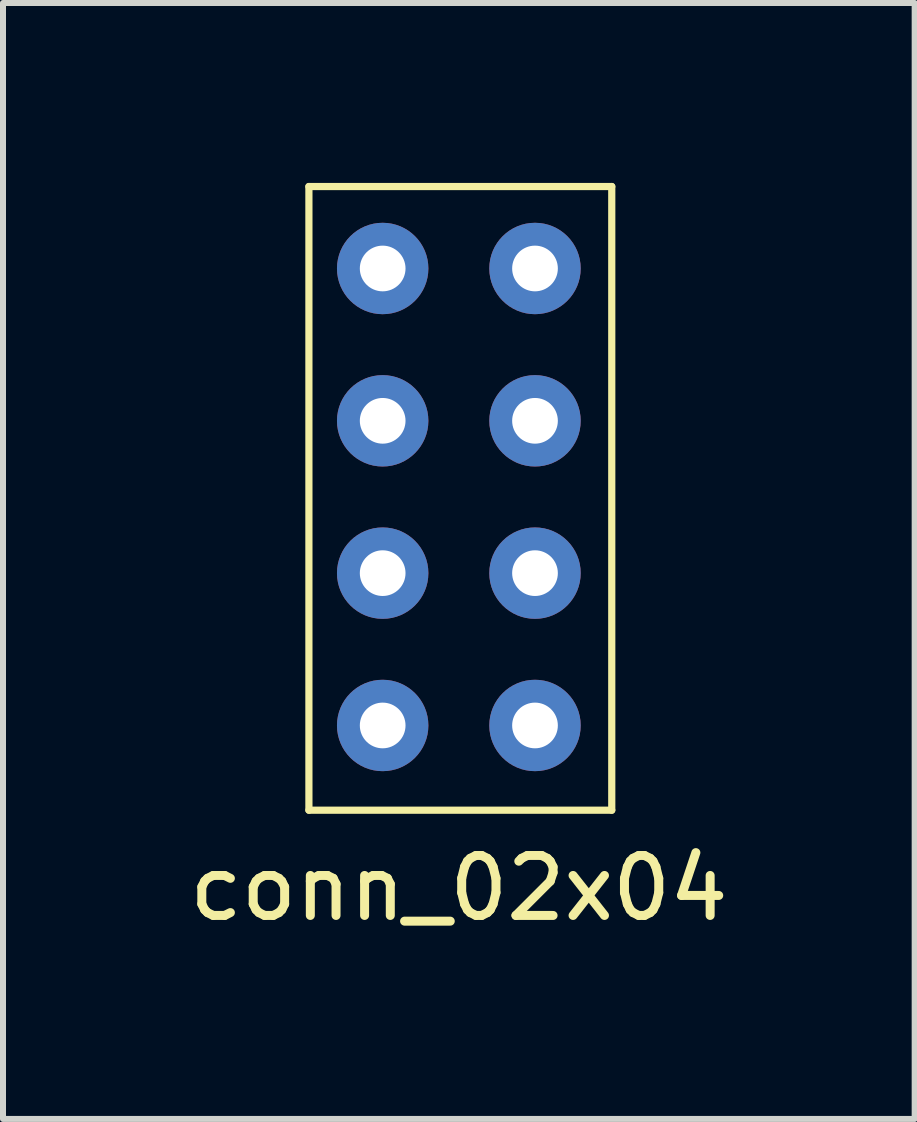
<source format=kicad_pcb>
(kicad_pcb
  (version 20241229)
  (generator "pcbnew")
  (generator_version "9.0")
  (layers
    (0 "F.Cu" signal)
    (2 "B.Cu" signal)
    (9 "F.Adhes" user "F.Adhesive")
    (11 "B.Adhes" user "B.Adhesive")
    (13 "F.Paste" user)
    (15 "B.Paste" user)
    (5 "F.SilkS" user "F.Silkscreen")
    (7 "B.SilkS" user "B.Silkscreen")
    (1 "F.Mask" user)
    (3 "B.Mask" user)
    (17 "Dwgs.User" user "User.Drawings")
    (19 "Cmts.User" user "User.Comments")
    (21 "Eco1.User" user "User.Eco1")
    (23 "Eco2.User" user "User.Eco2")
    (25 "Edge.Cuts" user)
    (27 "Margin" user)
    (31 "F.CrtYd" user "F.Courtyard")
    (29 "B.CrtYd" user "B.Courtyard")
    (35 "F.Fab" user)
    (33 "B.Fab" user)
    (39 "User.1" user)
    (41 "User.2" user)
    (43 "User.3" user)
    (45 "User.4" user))
  (footprint "conn_02x04"
    (layer "F.Cu")
    (at 4.601 5.11)
    (property "Reference" "conn_02x04" (at 0 6.65 0) (layer "F.SilkS") (effects (font (size 1 1) (thickness 0.15))))
    (attr through_hole)
    (fp_line (start -2.5 -5.05) (end 2.55 -5.05) (stroke (width 0.12) (type solid)) (layer "F.SilkS"))
    (fp_line (start -2.5 5.35) (end -2.5 -5.05) (stroke (width 0.12) (type solid)) (layer "F.SilkS"))
    (fp_line (start 2.55 -5.05) (end 2.55 5.35) (stroke (width 0.12) (type solid)) (layer "F.SilkS"))
    (fp_line (start 2.55 5.35) (end -2.5 5.35) (stroke (width 0.12) (type solid)) (layer "F.SilkS"))
    (pad "1" thru_hole circle (at 1.27 -3.683) (size 1.524 1.524) (drill 0.762) (layers "*.Cu" "*.Mask"))
    (pad "2" thru_hole circle (at 1.27 -1.143) (size 1.524 1.524) (drill 0.762) (layers "*.Cu" "*.Mask"))
    (pad "3" thru_hole circle (at 1.27 1.397) (size 1.524 1.524) (drill 0.762) (layers "*.Cu" "*.Mask"))
    (pad "4" thru_hole circle (at 1.27 3.937) (size 1.524 1.524) (drill 0.762) (layers "*.Cu" "*.Mask"))
    (pad "5" thru_hole circle (at -1.27 -3.683) (size 1.524 1.524) (drill 0.762) (layers "*.Cu" "*.Mask"))
    (pad "6" thru_hole circle (at -1.27 -1.143) (size 1.524 1.524) (drill 0.762) (layers "*.Cu" "*.Mask"))
    (pad "7" thru_hole circle (at -1.27 1.397) (size 1.524 1.524) (drill 0.762) (layers "*.Cu" "*.Mask"))
    (pad "8" thru_hole circle (at -1.27 3.937) (size 1.524 1.524) (drill 0.762) (layers "*.Cu" "*.Mask")))
  (gr_rect
    (start -3 -3)
    (end 12.202 15.608)
    (stroke (width 0.1) (type default))
    (fill no)
    (layer "Edge.Cuts")))
</source>
